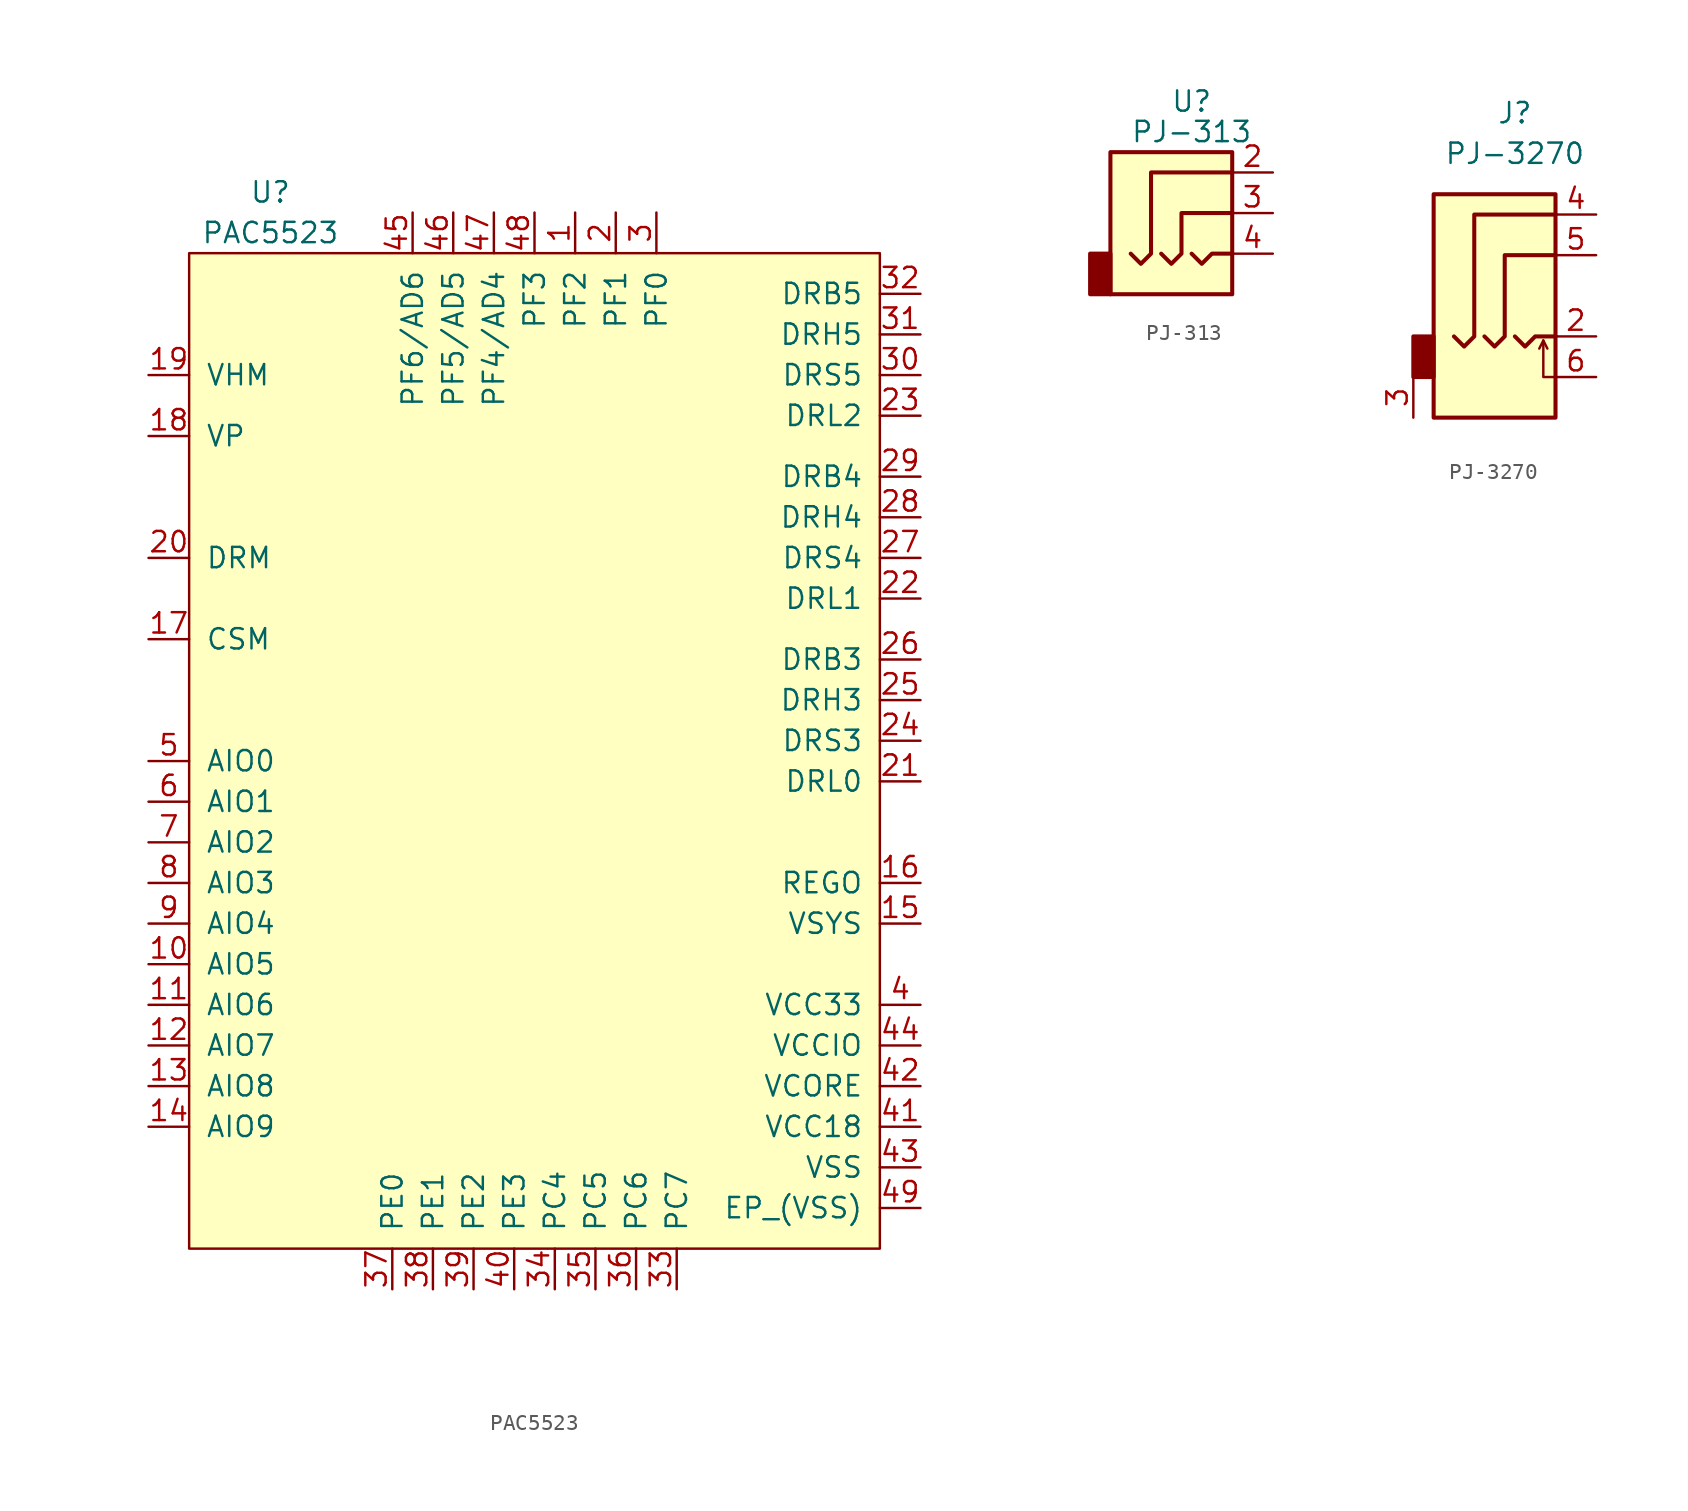
<source format=kicad_sym>
(kicad_symbol_lib
  (version 20231120)
  (generator "kicad_symbol_editor")
  (generator_version "8.0")
  (symbol "PAC5523"
    (pin_names
      (offset 1.016))
    (property "Reference" "U"
      (at -16.51 31.75 0)
      (effects (font (size 1.27 1.27))))
    (property "Value" "PAC5523"
      (at -16.51 29.21 0)
      (effects (font (size 1.27 1.27))))
    (symbol "PAC5523_0_1"
      (rectangle (start -21.59 27.94) (end 21.59 -34.29) (stroke (width 0) (type solid)) (fill (type background))))
    (symbol "PAC5523_1_1"
      (pin bidirectional line (at 2.54 30.48 270) (length 2.54) (name "PF2" (effects (font (size 1.27 1.27)))) (number "1" (effects (font (size 1.27 1.27)))))
      (pin input line (at -24.13 -16.51 0) (length 2.54) (name "AIO5" (effects (font (size 1.27 1.27)))) (number "10" (effects (font (size 1.27 1.27)))))
      (pin input line (at -24.13 -19.05 0) (length 2.54) (name "AIO6" (effects (font (size 1.27 1.27)))) (number "11" (effects (font (size 1.27 1.27)))))
      (pin input line (at -24.13 -21.59 0) (length 2.54) (name "AIO7" (effects (font (size 1.27 1.27)))) (number "12" (effects (font (size 1.27 1.27)))))
      (pin input line (at -24.13 -24.13 0) (length 2.54) (name "AIO8" (effects (font (size 1.27 1.27)))) (number "13" (effects (font (size 1.27 1.27)))))
      (pin input line (at -24.13 -26.67 0) (length 2.54) (name "AIO9" (effects (font (size 1.27 1.27)))) (number "14" (effects (font (size 1.27 1.27)))))
      (pin power_in line (at 24.13 -13.97 180) (length 2.54) (name "VSYS" (effects (font (size 1.27 1.27)))) (number "15" (effects (font (size 1.27 1.27)))))
      (pin output line (at 24.13 -11.43 180) (length 2.54) (name "REGO" (effects (font (size 1.27 1.27)))) (number "16" (effects (font (size 1.27 1.27)))))
      (pin output line (at -24.13 3.81 0) (length 2.54) (name "CSM" (effects (font (size 1.27 1.27)))) (number "17" (effects (font (size 1.27 1.27)))))
      (pin power_in line (at -24.13 16.51 0) (length 2.54) (name "VP" (effects (font (size 1.27 1.27)))) (number "18" (effects (font (size 1.27 1.27)))))
      (pin power_in line (at -24.13 20.32 0) (length 2.54) (name "VHM" (effects (font (size 1.27 1.27)))) (number "19" (effects (font (size 1.27 1.27)))))
      (pin bidirectional line (at 5.08 30.48 270) (length 2.54) (name "PF1" (effects (font (size 1.27 1.27)))) (number "2" (effects (font (size 1.27 1.27)))))
      (pin power_in line (at -24.13 8.89 0) (length 2.54) (name "DRM" (effects (font (size 1.27 1.27)))) (number "20" (effects (font (size 1.27 1.27)))))
      (pin output line (at 24.13 -5.08 180) (length 2.54) (name "DRL0" (effects (font (size 1.27 1.27)))) (number "21" (effects (font (size 1.27 1.27)))))
      (pin output line (at 24.13 6.35 180) (length 2.54) (name "DRL1" (effects (font (size 1.27 1.27)))) (number "22" (effects (font (size 1.27 1.27)))))
      (pin output line (at 24.13 17.78 180) (length 2.54) (name "DRL2" (effects (font (size 1.27 1.27)))) (number "23" (effects (font (size 1.27 1.27)))))
      (pin output line (at 24.13 -2.54 180) (length 2.54) (name "DRS3" (effects (font (size 1.27 1.27)))) (number "24" (effects (font (size 1.27 1.27)))))
      (pin output line (at 24.13 0 180) (length 2.54) (name "DRH3" (effects (font (size 1.27 1.27)))) (number "25" (effects (font (size 1.27 1.27)))))
      (pin output line (at 24.13 2.54 180) (length 2.54) (name "DRB3" (effects (font (size 1.27 1.27)))) (number "26" (effects (font (size 1.27 1.27)))))
      (pin output line (at 24.13 8.89 180) (length 2.54) (name "DRS4" (effects (font (size 1.27 1.27)))) (number "27" (effects (font (size 1.27 1.27)))))
      (pin output line (at 24.13 11.43 180) (length 2.54) (name "DRH4" (effects (font (size 1.27 1.27)))) (number "28" (effects (font (size 1.27 1.27)))))
      (pin output line (at 24.13 13.97 180) (length 2.54) (name "DRB4" (effects (font (size 1.27 1.27)))) (number "29" (effects (font (size 1.27 1.27)))))
      (pin bidirectional line (at 7.62 30.48 270) (length 2.54) (name "PF0" (effects (font (size 1.27 1.27)))) (number "3" (effects (font (size 1.27 1.27)))))
      (pin output line (at 24.13 20.32 180) (length 2.54) (name "DRS5" (effects (font (size 1.27 1.27)))) (number "30" (effects (font (size 1.27 1.27)))))
      (pin output line (at 24.13 22.86 180) (length 2.54) (name "DRH5" (effects (font (size 1.27 1.27)))) (number "31" (effects (font (size 1.27 1.27)))))
      (pin output line (at 24.13 25.4 180) (length 2.54) (name "DRB5" (effects (font (size 1.27 1.27)))) (number "32" (effects (font (size 1.27 1.27)))))
      (pin bidirectional line (at 8.89 -36.83 90) (length 2.54) (name "PC7" (effects (font (size 1.27 1.27)))) (number "33" (effects (font (size 1.27 1.27)))))
      (pin bidirectional line (at 1.27 -36.83 90) (length 2.54) (name "PC4" (effects (font (size 1.27 1.27)))) (number "34" (effects (font (size 1.27 1.27)))))
      (pin bidirectional line (at 3.81 -36.83 90) (length 2.54) (name "PC5" (effects (font (size 1.27 1.27)))) (number "35" (effects (font (size 1.27 1.27)))))
      (pin bidirectional line (at 6.35 -36.83 90) (length 2.54) (name "PC6" (effects (font (size 1.27 1.27)))) (number "36" (effects (font (size 1.27 1.27)))))
      (pin bidirectional line (at -8.89 -36.83 90) (length 2.54) (name "PE0" (effects (font (size 1.27 1.27)))) (number "37" (effects (font (size 1.27 1.27)))))
      (pin bidirectional line (at -6.35 -36.83 90) (length 2.54) (name "PE1" (effects (font (size 1.27 1.27)))) (number "38" (effects (font (size 1.27 1.27)))))
      (pin bidirectional line (at -3.81 -36.83 90) (length 2.54) (name "PE2" (effects (font (size 1.27 1.27)))) (number "39" (effects (font (size 1.27 1.27)))))
      (pin power_in line (at 24.13 -19.05 180) (length 2.54) (name "VCC33" (effects (font (size 1.27 1.27)))) (number "4" (effects (font (size 1.27 1.27)))))
      (pin bidirectional line (at -1.27 -36.83 90) (length 2.54) (name "PE3" (effects (font (size 1.27 1.27)))) (number "40" (effects (font (size 1.27 1.27)))))
      (pin power_in line (at 24.13 -26.67 180) (length 2.54) (name "VCC18" (effects (font (size 1.27 1.27)))) (number "41" (effects (font (size 1.27 1.27)))))
      (pin power_in line (at 24.13 -24.13 180) (length 2.54) (name "VCORE" (effects (font (size 1.27 1.27)))) (number "42" (effects (font (size 1.27 1.27)))))
      (pin power_in line (at 24.13 -29.21 180) (length 2.54) (name "VSS" (effects (font (size 1.27 1.27)))) (number "43" (effects (font (size 1.27 1.27)))))
      (pin power_in line (at 24.13 -21.59 180) (length 2.54) (name "VCCIO" (effects (font (size 1.27 1.27)))) (number "44" (effects (font (size 1.27 1.27)))))
      (pin bidirectional line (at -7.62 30.48 270) (length 2.54) (name "PF6/AD6" (effects (font (size 1.27 1.27)))) (number "45" (effects (font (size 1.27 1.27)))))
      (pin bidirectional line (at -5.08 30.48 270) (length 2.54) (name "PF5/AD5" (effects (font (size 1.27 1.27)))) (number "46" (effects (font (size 1.27 1.27)))))
      (pin bidirectional line (at -2.54 30.48 270) (length 2.54) (name "PF4/AD4" (effects (font (size 1.27 1.27)))) (number "47" (effects (font (size 1.27 1.27)))))
      (pin bidirectional line (at 0 30.48 270) (length 2.54) (name "PF3" (effects (font (size 1.27 1.27)))) (number "48" (effects (font (size 1.27 1.27)))))
      (pin power_in line (at 24.13 -31.75 180) (length 2.54) (name "EP_(VSS)" (effects (font (size 1.27 1.27)))) (number "49" (effects (font (size 1.27 1.27)))))
      (pin input line (at -24.13 -3.81 0) (length 2.54) (name "AIO0" (effects (font (size 1.27 1.27)))) (number "5" (effects (font (size 1.27 1.27)))))
      (pin input line (at -24.13 -6.35 0) (length 2.54) (name "AIO1" (effects (font (size 1.27 1.27)))) (number "6" (effects (font (size 1.27 1.27)))))
      (pin input line (at -24.13 -8.89 0) (length 2.54) (name "AIO2" (effects (font (size 1.27 1.27)))) (number "7" (effects (font (size 1.27 1.27)))))
      (pin input line (at -24.13 -11.43 0) (length 2.54) (name "AIO3" (effects (font (size 1.27 1.27)))) (number "8" (effects (font (size 1.27 1.27)))))
      (pin input line (at -24.13 -13.97 0) (length 2.54) (name "AIO4" (effects (font (size 1.27 1.27)))) (number "9" (effects (font (size 1.27 1.27)))))))
  (symbol "PJ-313"
    (pin_names
      (offset 1.016))
    (property "Reference" "U"
      (at 0 6.985 0)
      (effects (font (size 1.27 1.27))))
    (property "Value" "PJ-313"
      (at 0 5.08 0)
      (effects (font (size 1.27 1.27))))
    (symbol "PJ-313_1_1"
      (rectangle (start -5.08 -5.08) (end -6.35 -2.54) (stroke (width 0.254) (type solid)) (fill (type outline)))
      (polyline (pts (xy 0 -2.54) (xy 0.635 -3.175) (xy 1.27 -2.54) (xy 2.54 -2.54)) (stroke (width 0.254) (type solid)) (fill (type none)))
      (polyline (pts (xy -1.905 -2.54) (xy -1.27 -3.175) (xy -0.635 -2.54) (xy -0.635 0) (xy 2.54 0)) (stroke (width 0.254) (type solid)) (fill (type none)))
      (polyline (pts (xy 2.54 2.54) (xy -2.54 2.54) (xy -2.54 -2.54) (xy -3.175 -3.175) (xy -3.81 -2.54)) (stroke (width 0.254) (type solid)) (fill (type none)))
      (rectangle (start 2.54 3.81) (end -5.08 -5.08) (stroke (width 0.254) (type solid)) (fill (type background)))
      (pin passive line (at 5.08 2.54 180) (length 2.54) (name "~" (effects (font (size 1.27 1.27)))) (number "2" (effects (font (size 1.27 1.27)))))
      (pin passive line (at 5.08 0 180) (length 2.54) (name "~" (effects (font (size 1.27 1.27)))) (number "3" (effects (font (size 1.27 1.27)))))
      (pin passive line (at 5.08 -2.54 180) (length 2.54) (name "~" (effects (font (size 1.27 1.27)))) (number "4" (effects (font (size 1.27 1.27)))))))
  (symbol "PJ-3270"
    (property "Reference" "J"
      (at 0 8.89 0)
      (effects (font (size 1.27 1.27))))
    (property "Value" "PJ-3270"
      (at 0 6.35 0)
      (effects (font (size 1.27 1.27))))
    (symbol "PJ-3270_0_1"
      (rectangle (start -5.08 -5.08) (end -6.35 -7.62) (stroke (width 0.254) (type solid)) (fill (type outline)))
      (polyline (pts (xy 1.778 -5.334) (xy 2.032 -5.842)) (stroke (width 0) (type solid)) (fill (type none)))
      (polyline (pts (xy 0 -5.08) (xy 0.635 -5.715) (xy 1.27 -5.08) (xy 2.54 -5.08)) (stroke (width 0.254) (type solid)) (fill (type none)))
      (polyline (pts (xy 2.54 -7.62) (xy 1.778 -7.62) (xy 1.778 -5.334) (xy 1.524 -5.842)) (stroke (width 0) (type solid)) (fill (type none)))
      (polyline (pts (xy -1.905 -5.08) (xy -1.27 -5.715) (xy -0.635 -5.08) (xy -0.635 0) (xy 2.54 0)) (stroke (width 0.254) (type solid)) (fill (type none)))
      (polyline (pts (xy 2.54 2.54) (xy -2.54 2.54) (xy -2.54 -5.08) (xy -3.175 -5.715) (xy -3.81 -5.08)) (stroke (width 0.254) (type solid)) (fill (type none)))
      (rectangle (start 2.54 3.81) (end -5.08 -10.16) (stroke (width 0.254) (type solid)) (fill (type background))))
    (symbol "PJ-3270_1_1"
      (pin passive line (at 5.08 -5.08 180) (length 2.54) (name "~" (effects (font (size 1.27 1.27)))) (number "2" (effects (font (size 1.27 1.27)))))
      (pin passive line (at -6.35 -10.16 90) (length 2.54) (name "~" (effects (font (size 1.27 1.27)))) (number "3" (effects (font (size 1.27 1.27)))))
      (pin passive line (at 5.08 2.54 180) (length 2.54) (name "~" (effects (font (size 1.27 1.27)))) (number "4" (effects (font (size 1.27 1.27)))))
      (pin passive line (at 5.08 0 180) (length 2.54) (name "~" (effects (font (size 1.27 1.27)))) (number "5" (effects (font (size 1.27 1.27)))))
      (pin passive line (at 5.08 -7.62 180) (length 2.54) (name "~" (effects (font (size 1.27 1.27)))) (number "6" (effects (font (size 1.27 1.27))))))))
</source>
